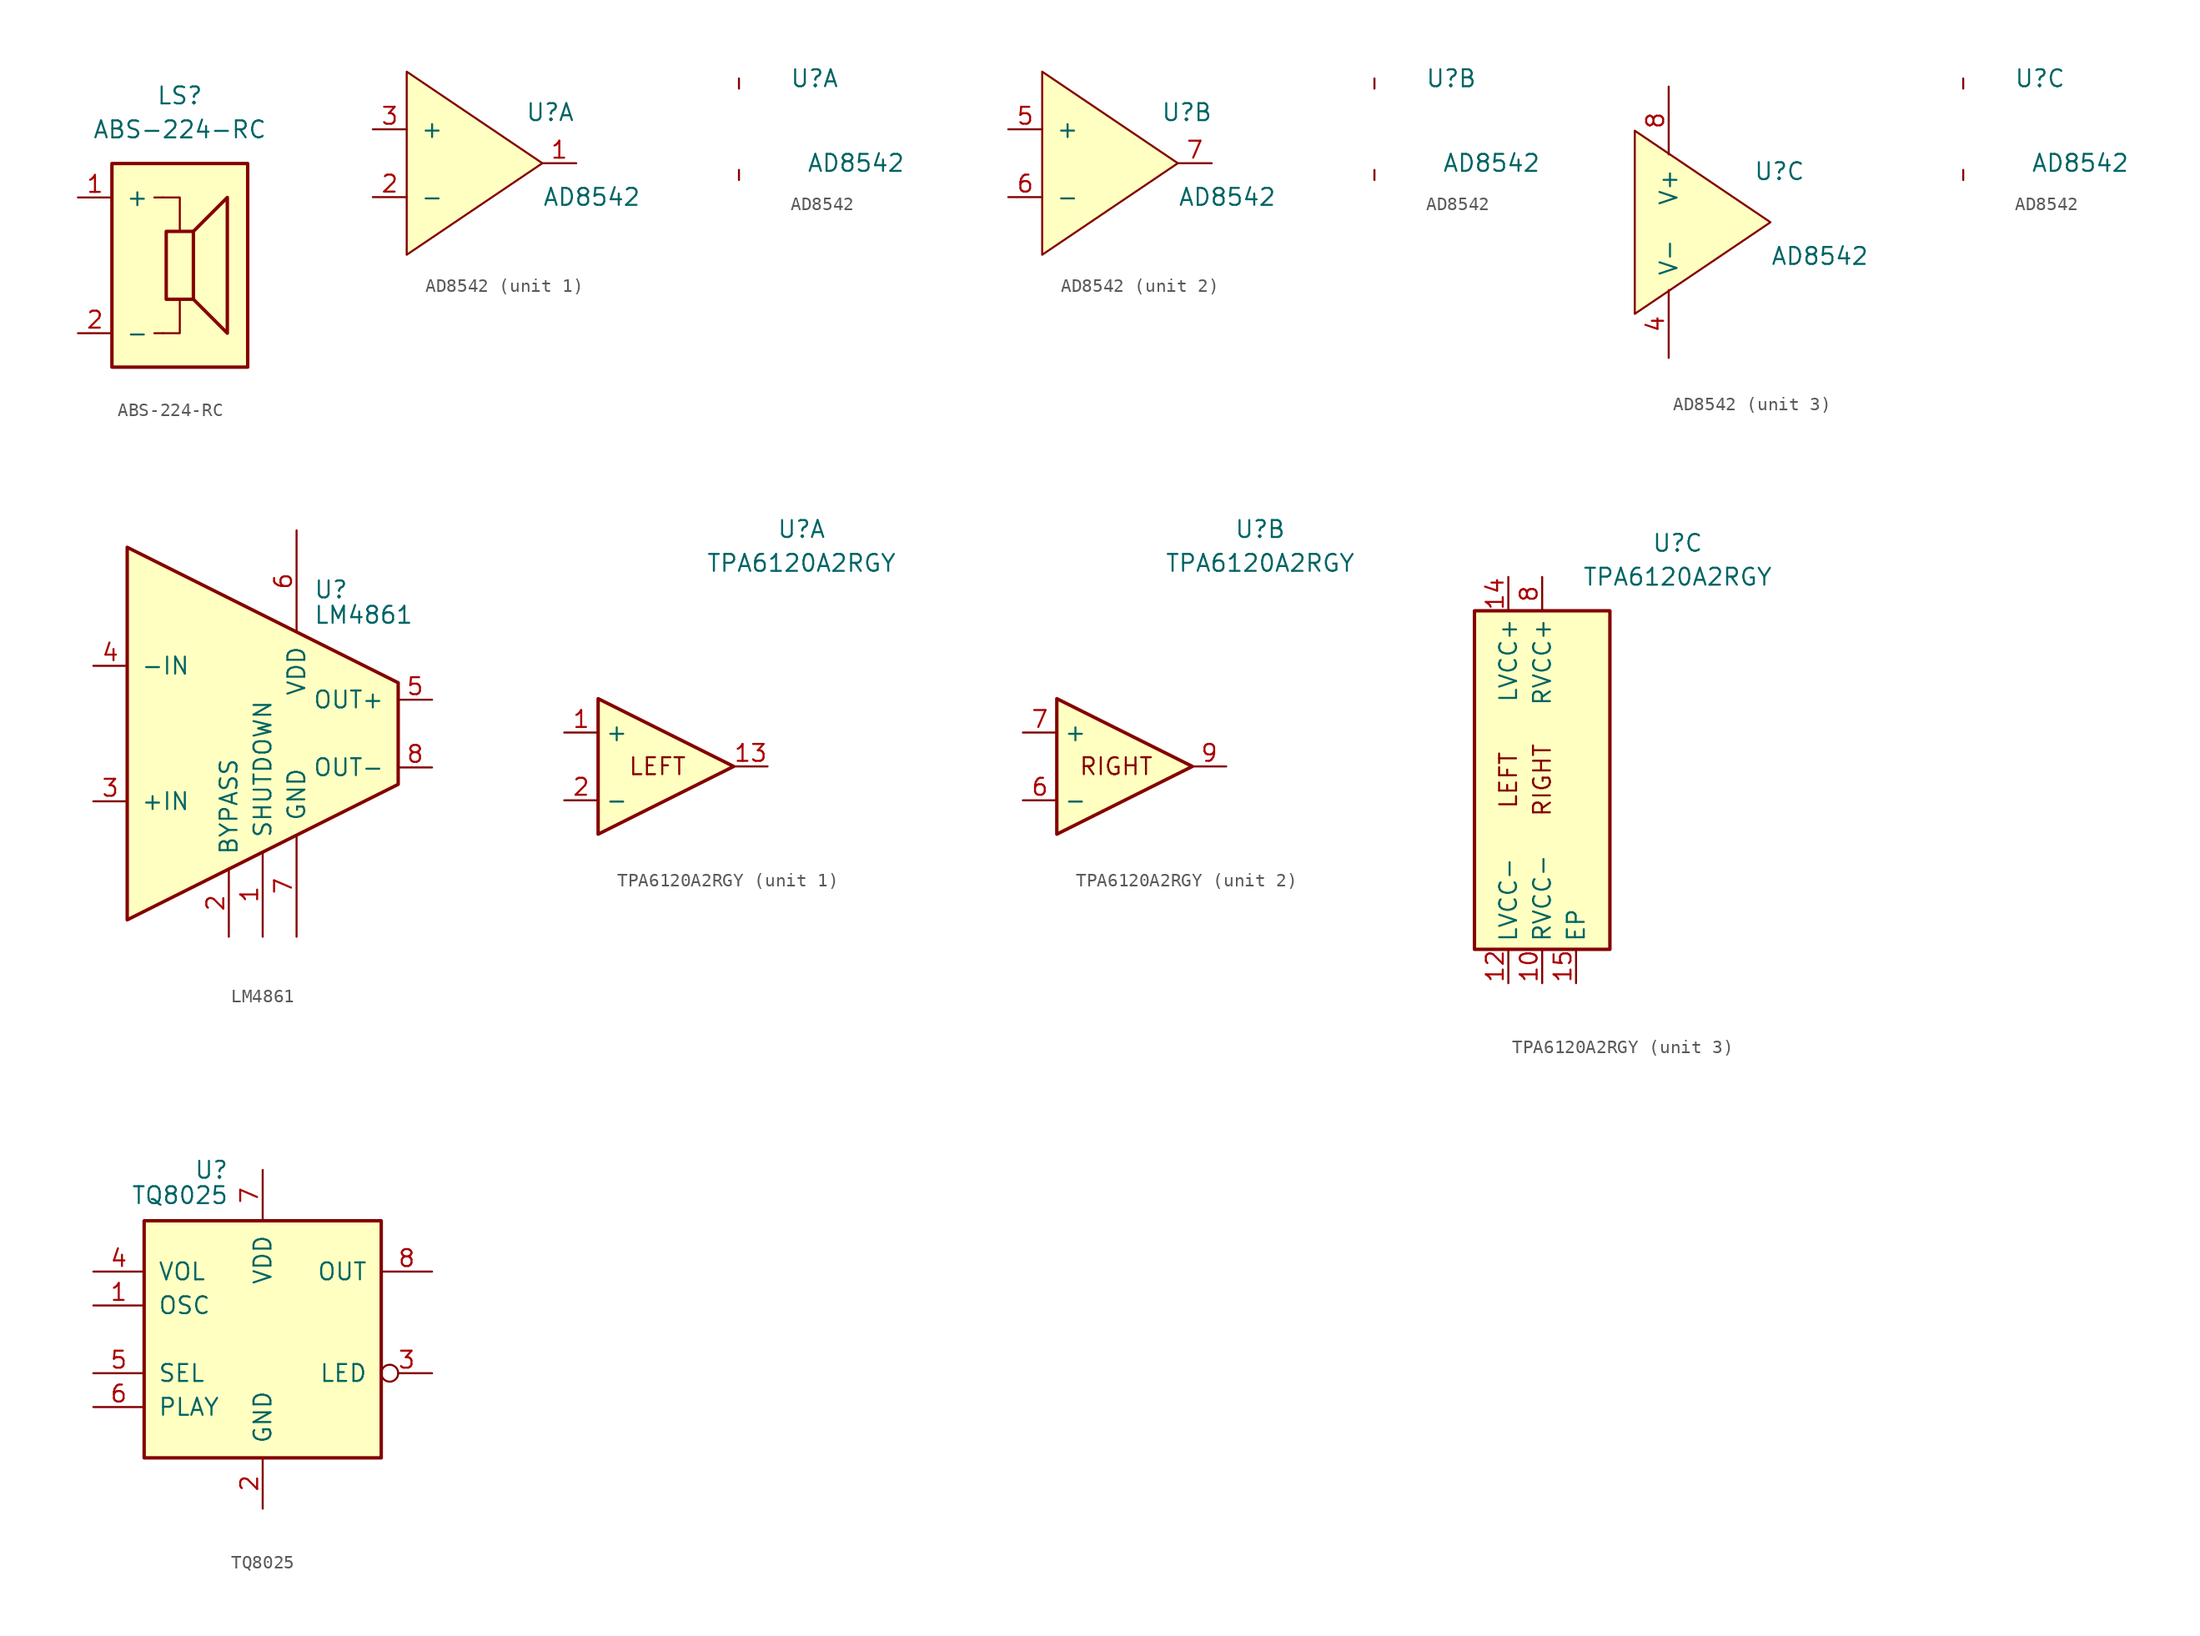
<source format=kicad_sym>
(kicad_symbol_lib
  (version 20231120)
  (generator "kicad_symbol_editor")
  (generator_version "8.0")
  (symbol "ABS-224-RC"
    (pin_names
      (offset 1.016))
    (property "Reference" "LS"
      (at 0 12.7 0)
      (effects (font (size 1.27 1.27))))
    (property "Value" "ABS-224-RC"
      (at 0 10.16 0)
      (effects (font (size 1.27 1.27))))
    (symbol "ABS-224-RC_0_0"
      (rectangle (start -1.016 2.54) (end 1.016 -2.54) (stroke (width 0.254) (type default)) (fill (type none)))
      (polyline (pts (xy 1.016 2.54) (xy 3.556 5.08) (xy 3.556 -5.08) (xy 1.016 -2.54)) (stroke (width 0.254) (type default)) (fill (type none))))
    (symbol "ABS-224-RC_0_1"
      (polyline (pts (xy -1.27 -5.08) (xy -1.905 -5.08)) (stroke (width 0) (type default)) (fill (type none)))
      (polyline (pts (xy -1.27 5.08) (xy -1.905 5.08)) (stroke (width 0) (type default)) (fill (type none)))
      (polyline (pts (xy 0 -2.54) (xy 0 -5.08) (xy -1.27 -5.08)) (stroke (width 0) (type default)) (fill (type none)))
      (polyline (pts (xy 0 2.54) (xy 0 5.08) (xy -1.27 5.08)) (stroke (width 0) (type default)) (fill (type none)))
      (rectangle (start 5.08 7.62) (end -5.08 -7.62) (stroke (width 0.254) (type default)) (fill (type background))))
    (symbol "ABS-224-RC_1_1"
      (pin input line (at -7.62 5.08 0) (length 2.54) (name "+" (effects (font (size 1.27 1.27)))) (number "1" (effects (font (size 1.27 1.27)))))
      (pin input line (at -7.62 -5.08 0) (length 2.54) (name "-" (effects (font (size 1.27 1.27)))) (number "2" (effects (font (size 1.27 1.27)))))
      (pin no_connect line (at 2.54 0 90) (length 2.54) hide (name "SH" (effects (font (size 1.27 1.27)))) (number "3" (effects (font (size 1.27 1.27)))))))
  (symbol "AD8542"
    (pin_names
      (offset 1.016))
    (property "Reference" "U"
      (at 3.81 3.81 0)
      (effects (font (size 1.27 1.27)) (justify left)))
    (property "Value" "AD8542"
      (at 5.08 -2.54 0)
      (effects (font (size 1.27 1.27)) (justify left)))
    (property "ki_locked" ""
      (at 0 0 0)
      (effects (font (size 1.27 1.27))))
    (symbol "AD8542_0_1"
      (polyline (pts (xy 5.08 0) (xy -5.08 -6.858) (xy -5.08 6.858) (xy 5.08 0)) (stroke (width 0) (type default)) (fill (type background))))
    (symbol "AD8542_0_2"
      (polyline (pts (xy 0 -3.81) (xy 0 -3.048)) (stroke (width 0) (type default)) (fill (type none)))
      (polyline (pts (xy 0 3.81) (xy 0 3.048)) (stroke (width 0) (type default)) (fill (type none))))
    (symbol "AD8542_1_1"
      (pin output line (at 7.62 0 180) (length 2.54) (name "~" (effects (font (size 1.27 1.27)))) (number "1" (effects (font (size 1.27 1.27)))))
      (pin input line (at -7.62 -2.54 0) (length 2.54) (name "-" (effects (font (size 1.27 1.27)))) (number "2" (effects (font (size 1.27 1.27)))))
      (pin input line (at -7.62 2.54 0) (length 2.54) (name "+" (effects (font (size 1.27 1.27)))) (number "3" (effects (font (size 1.27 1.27))))))
    (symbol "AD8542_2_1"
      (pin input line (at -7.62 2.54 0) (length 2.54) (name "+" (effects (font (size 1.27 1.27)))) (number "5" (effects (font (size 1.27 1.27)))))
      (pin input line (at -7.62 -2.54 0) (length 2.54) (name "-" (effects (font (size 1.27 1.27)))) (number "6" (effects (font (size 1.27 1.27)))))
      (pin output line (at 7.62 0 180) (length 2.54) (name "~" (effects (font (size 1.27 1.27)))) (number "7" (effects (font (size 1.27 1.27))))))
    (symbol "AD8542_3_1"
      (pin power_in line (at -2.54 -10.16 90) (length 5.08) (name "V-" (effects (font (size 1.27 1.27)))) (number "4" (effects (font (size 1.27 1.27)))))
      (pin power_in line (at -2.54 10.16 270) (length 5.08) (name "V+" (effects (font (size 1.27 1.27)))) (number "8" (effects (font (size 1.27 1.27)))))))
  (symbol "LM4861"
    (pin_names
      (offset 1.016))
    (property "Reference" "U"
      (at 3.81 10.795 0)
      (effects (font (size 1.27 1.27)) (justify left)))
    (property "Value" "LM4861"
      (at 3.81 8.89 0)
      (effects (font (size 1.27 1.27)) (justify left)))
    (symbol "LM4861_0_1"
      (polyline (pts (xy -10.16 -13.97) (xy -10.16 13.97) (xy 10.16 3.81) (xy 10.16 -3.81) (xy -10.16 -13.97)) (stroke (width 0.254) (type default)) (fill (type background))))
    (symbol "LM4861_1_1"
      (pin input line (at 0 -15.24 90) (length 6.35) (name "SHUTDOWN" (effects (font (size 1.27 1.27)))) (number "1" (effects (font (size 1.27 1.27)))))
      (pin input line (at -2.54 -15.24 90) (length 5.08) (name "BYPASS" (effects (font (size 1.27 1.27)))) (number "2" (effects (font (size 1.27 1.27)))))
      (pin input line (at -12.7 -5.08 0) (length 2.54) (name "+IN" (effects (font (size 1.27 1.27)))) (number "3" (effects (font (size 1.27 1.27)))))
      (pin input line (at -12.7 5.08 0) (length 2.54) (name "-IN" (effects (font (size 1.27 1.27)))) (number "4" (effects (font (size 1.27 1.27)))))
      (pin output line (at 12.7 2.54 180) (length 2.54) (name "OUT+" (effects (font (size 1.27 1.27)))) (number "5" (effects (font (size 1.27 1.27)))))
      (pin power_in line (at 2.54 15.24 270) (length 7.62) (name "VDD" (effects (font (size 1.27 1.27)))) (number "6" (effects (font (size 1.27 1.27)))))
      (pin power_in line (at 2.54 -15.24 90) (length 7.62) (name "GND" (effects (font (size 1.27 1.27)))) (number "7" (effects (font (size 1.27 1.27)))))
      (pin output line (at 12.7 -2.54 180) (length 2.54) (name "OUT-" (effects (font (size 1.27 1.27)))) (number "8" (effects (font (size 1.27 1.27)))))))
  (symbol "TPA6120A2RGY"
    (property "Reference" "U"
      (at 10.16 17.78 0)
      (effects (font (size 1.27 1.27))))
    (property "Value" "TPA6120A2RGY"
      (at 10.16 15.24 0)
      (effects (font (size 1.27 1.27))))
    (symbol "TPA6120A2RGY_1_1"
      (polyline (pts (xy -5.08 5.08) (xy 5.08 0) (xy -5.08 -5.08) (xy -5.08 5.08)) (stroke (width 0.254) (type default)) (fill (type background)))
      (text "LEFT" (at -0.635 0 0) (effects (font (size 1.27 1.27))))
      (pin input line (at -7.62 2.54 0) (length 2.54) (name "+" (effects (font (size 1.27 1.27)))) (number "1" (effects (font (size 1.27 1.27)))))
      (pin output line (at 7.62 0 180) (length 2.54) (name "~" (effects (font (size 1.27 1.27)))) (number "13" (effects (font (size 1.27 1.27)))))
      (pin input line (at -7.62 -2.54 0) (length 2.54) (name "-" (effects (font (size 1.27 1.27)))) (number "2" (effects (font (size 1.27 1.27))))))
    (symbol "TPA6120A2RGY_2_1"
      (polyline (pts (xy -5.08 5.08) (xy 5.08 0) (xy -5.08 -5.08) (xy -5.08 5.08)) (stroke (width 0.254) (type default)) (fill (type background)))
      (text "RIGHT" (at -0.635 0 0) (effects (font (size 1.27 1.27))))
      (pin input line (at -7.62 -2.54 0) (length 2.54) (name "-" (effects (font (size 1.27 1.27)))) (number "6" (effects (font (size 1.27 1.27)))))
      (pin input line (at -7.62 2.54 0) (length 2.54) (name "+" (effects (font (size 1.27 1.27)))) (number "7" (effects (font (size 1.27 1.27)))))
      (pin output line (at 7.62 0 180) (length 2.54) (name "~" (effects (font (size 1.27 1.27)))) (number "9" (effects (font (size 1.27 1.27))))))
    (symbol "TPA6120A2RGY_3_1"
      (rectangle (start -5.08 12.7) (end 5.08 -12.7) (stroke (width 0.254) (type default)) (fill (type background)))
      (text "LEFT" (at -2.54 0 900) (effects (font (size 1.27 1.27))))
      (text "RIGHT" (at 0 0 900) (effects (font (size 1.27 1.27))))
      (pin power_in line (at 0 -15.24 90) (length 2.54) (name "RVCC-" (effects (font (size 1.27 1.27)))) (number "10" (effects (font (size 1.27 1.27)))))
      (pin no_connect line (at 3.81 -3.81 180) (length 2.54) hide (name "NC" (effects (font (size 1.27 1.27)))) (number "11" (effects (font (size 1.27 1.27)))))
      (pin power_in line (at -2.54 -15.24 90) (length 2.54) (name "LVCC-" (effects (font (size 1.27 1.27)))) (number "12" (effects (font (size 1.27 1.27)))))
      (pin power_in line (at -2.54 15.24 270) (length 2.54) (name "LVCC+" (effects (font (size 1.27 1.27)))) (number "14" (effects (font (size 1.27 1.27)))))
      (pin power_in line (at 2.54 -15.24 90) (length 2.54) (name "EP" (effects (font (size 1.27 1.27)))) (number "15" (effects (font (size 1.27 1.27)))))
      (pin no_connect line (at 3.81 3.81 180) (length 2.54) hide (name "NC" (effects (font (size 1.27 1.27)))) (number "3" (effects (font (size 1.27 1.27)))))
      (pin no_connect line (at 3.81 1.27 180) (length 2.54) hide (name "NC" (effects (font (size 1.27 1.27)))) (number "4" (effects (font (size 1.27 1.27)))))
      (pin no_connect line (at 3.81 -1.27 180) (length 2.54) hide (name "NC" (effects (font (size 1.27 1.27)))) (number "5" (effects (font (size 1.27 1.27)))))
      (pin power_in line (at 0 15.24 270) (length 2.54) (name "RVCC+" (effects (font (size 1.27 1.27)))) (number "8" (effects (font (size 1.27 1.27)))))))
  (symbol "TQ8025"
    (pin_names
      (offset 1.016))
    (property "Reference" "U"
      (at -2.54 12.7 0)
      (effects (font (size 1.27 1.27)) (justify right)))
    (property "Value" "TQ8025"
      (at -2.54 10.795 0)
      (effects (font (size 1.27 1.27)) (justify right)))
    (symbol "TQ8025_0_1"
      (rectangle (start -8.89 -8.89) (end 8.89 8.89) (stroke (width 0.254) (type default)) (fill (type background))))
    (symbol "TQ8025_1_1"
      (pin passive line (at -12.7 2.54 0) (length 3.81) (name "OSC" (effects (font (size 1.27 1.27)))) (number "1" (effects (font (size 1.27 1.27)))))
      (pin power_in line (at 0 -12.7 90) (length 3.81) (name "GND" (effects (font (size 1.27 1.27)))) (number "2" (effects (font (size 1.27 1.27)))))
      (pin output inverted (at 12.7 -2.54 180) (length 3.81) (name "LED" (effects (font (size 1.27 1.27)))) (number "3" (effects (font (size 1.27 1.27)))))
      (pin input line (at -12.7 5.08 0) (length 3.81) (name "VOL" (effects (font (size 1.27 1.27)))) (number "4" (effects (font (size 1.27 1.27)))))
      (pin input line (at -12.7 -2.54 0) (length 3.81) (name "SEL" (effects (font (size 1.27 1.27)))) (number "5" (effects (font (size 1.27 1.27)))))
      (pin input line (at -12.7 -5.08 0) (length 3.81) (name "PLAY" (effects (font (size 1.27 1.27)))) (number "6" (effects (font (size 1.27 1.27)))))
      (pin power_in line (at 0 12.7 270) (length 3.81) (name "VDD" (effects (font (size 1.27 1.27)))) (number "7" (effects (font (size 1.27 1.27)))))
      (pin output line (at 12.7 5.08 180) (length 3.81) (name "OUT" (effects (font (size 1.27 1.27)))) (number "8" (effects (font (size 1.27 1.27))))))))
</source>
